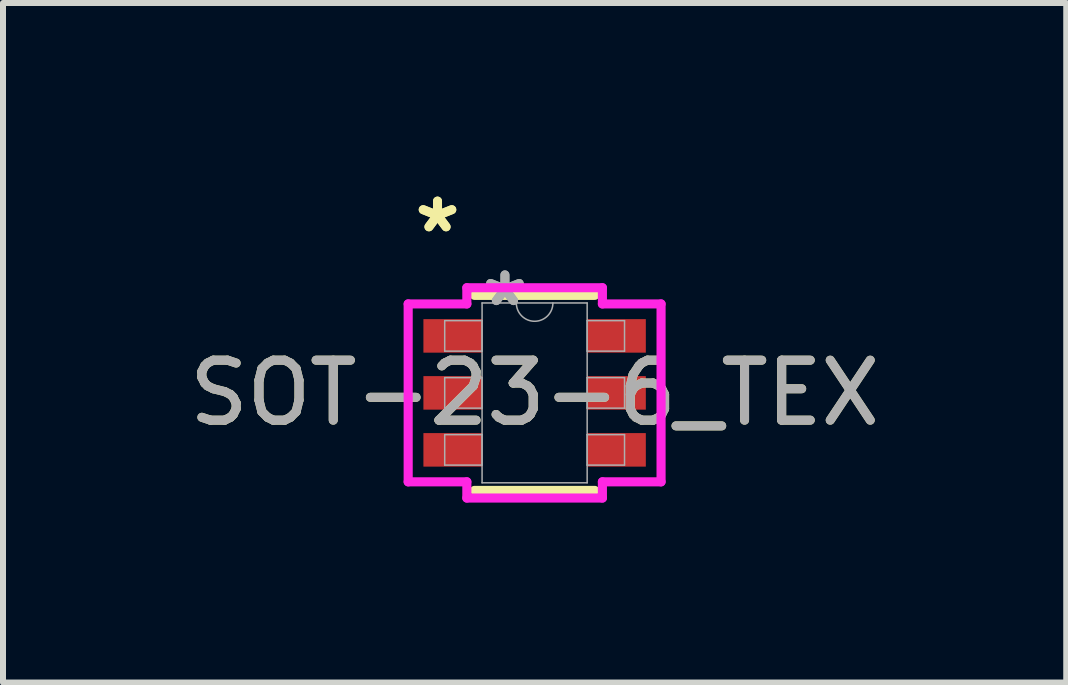
<source format=kicad_pcb>
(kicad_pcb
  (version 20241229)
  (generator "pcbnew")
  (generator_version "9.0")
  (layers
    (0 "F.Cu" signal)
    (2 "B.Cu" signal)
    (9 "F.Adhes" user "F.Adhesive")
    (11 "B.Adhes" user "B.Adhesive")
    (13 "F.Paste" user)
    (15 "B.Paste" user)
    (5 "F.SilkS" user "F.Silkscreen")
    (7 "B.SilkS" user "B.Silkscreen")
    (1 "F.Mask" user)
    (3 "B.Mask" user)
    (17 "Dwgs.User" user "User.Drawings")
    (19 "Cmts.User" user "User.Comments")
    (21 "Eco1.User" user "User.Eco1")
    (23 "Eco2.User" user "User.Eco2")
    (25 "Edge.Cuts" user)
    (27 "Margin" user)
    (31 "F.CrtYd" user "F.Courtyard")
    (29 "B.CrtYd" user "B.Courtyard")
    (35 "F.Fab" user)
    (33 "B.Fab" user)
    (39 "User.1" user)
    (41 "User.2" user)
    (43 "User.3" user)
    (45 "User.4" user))
  (footprint "SOT-23-6_TEX"
    (layer "F.Cu")
    (at 5.863 3.5)
    (property "Reference" "SOT-23-6_TEX" (at 0 0 0) (unlocked yes) (layer "F.SilkS") (effects (font (size 1 1) (thickness 0.15))))
    (attr smd)
    (fp_line (start -1.003 1.626) (end 1.003 1.626) (stroke (width 0.152) (type solid)) (layer "F.SilkS"))
    (fp_line (start 1.003 -1.626) (end -1.003 -1.626) (stroke (width 0.152) (type solid)) (layer "F.SilkS"))
    (fp_line (start -2.108 -1.483) (end -1.13 -1.483) (stroke (width 0.152) (type solid)) (layer "F.CrtYd"))
    (fp_line (start -2.108 1.483) (end -2.108 -1.483) (stroke (width 0.152) (type solid)) (layer "F.CrtYd"))
    (fp_line (start -2.108 1.483) (end -1.13 1.483) (stroke (width 0.152) (type solid)) (layer "F.CrtYd"))
    (fp_line (start -1.13 -1.753) (end 1.13 -1.753) (stroke (width 0.152) (type solid)) (layer "F.CrtYd"))
    (fp_line (start -1.13 -1.483) (end -1.13 -1.753) (stroke (width 0.152) (type solid)) (layer "F.CrtYd"))
    (fp_line (start -1.13 1.753) (end -1.13 1.483) (stroke (width 0.152) (type solid)) (layer "F.CrtYd"))
    (fp_line (start 1.13 -1.753) (end 1.13 -1.483) (stroke (width 0.152) (type solid)) (layer "F.CrtYd"))
    (fp_line (start 1.13 1.483) (end 1.13 1.753) (stroke (width 0.152) (type solid)) (layer "F.CrtYd"))
    (fp_line (start 1.13 1.753) (end -1.13 1.753) (stroke (width 0.152) (type solid)) (layer "F.CrtYd"))
    (fp_line (start 2.108 -1.483) (end 1.13 -1.483) (stroke (width 0.152) (type solid)) (layer "F.CrtYd"))
    (fp_line (start 2.108 -1.483) (end 2.108 1.483) (stroke (width 0.152) (type solid)) (layer "F.CrtYd"))
    (fp_line (start 2.108 1.483) (end 1.13 1.483) (stroke (width 0.152) (type solid)) (layer "F.CrtYd"))
    (fp_line (start -1.499 -1.204) (end -1.499 -0.696) (stroke (width 0.025) (type solid)) (layer "F.Fab"))
    (fp_line (start -1.499 -0.696) (end -0.876 -0.696) (stroke (width 0.025) (type solid)) (layer "F.Fab"))
    (fp_line (start -1.499 -0.254) (end -1.499 0.254) (stroke (width 0.025) (type solid)) (layer "F.Fab"))
    (fp_line (start -1.499 0.254) (end -0.876 0.254) (stroke (width 0.025) (type solid)) (layer "F.Fab"))
    (fp_line (start -1.499 0.696) (end -1.499 1.204) (stroke (width 0.025) (type solid)) (layer "F.Fab"))
    (fp_line (start -1.499 1.204) (end -0.876 1.204) (stroke (width 0.025) (type solid)) (layer "F.Fab"))
    (fp_line (start -0.876 -1.499) (end -0.876 1.499) (stroke (width 0.025) (type solid)) (layer "F.Fab"))
    (fp_line (start -0.876 -1.204) (end -1.499 -1.204) (stroke (width 0.025) (type solid)) (layer "F.Fab"))
    (fp_line (start -0.876 -0.696) (end -0.876 -1.204) (stroke (width 0.025) (type solid)) (layer "F.Fab"))
    (fp_line (start -0.876 -0.254) (end -1.499 -0.254) (stroke (width 0.025) (type solid)) (layer "F.Fab"))
    (fp_line (start -0.876 0.254) (end -0.876 -0.254) (stroke (width 0.025) (type solid)) (layer "F.Fab"))
    (fp_line (start -0.876 0.696) (end -1.499 0.696) (stroke (width 0.025) (type solid)) (layer "F.Fab"))
    (fp_line (start -0.876 1.204) (end -0.876 0.696) (stroke (width 0.025) (type solid)) (layer "F.Fab"))
    (fp_line (start -0.876 1.499) (end 0.876 1.499) (stroke (width 0.025) (type solid)) (layer "F.Fab"))
    (fp_line (start 0.876 -1.499) (end -0.876 -1.499) (stroke (width 0.025) (type solid)) (layer "F.Fab"))
    (fp_line (start 0.876 -1.204) (end 0.876 -0.696) (stroke (width 0.025) (type solid)) (layer "F.Fab"))
    (fp_line (start 0.876 -0.696) (end 1.499 -0.696) (stroke (width 0.025) (type solid)) (layer "F.Fab"))
    (fp_line (start 0.876 -0.254) (end 0.876 0.254) (stroke (width 0.025) (type solid)) (layer "F.Fab"))
    (fp_line (start 0.876 0.254) (end 1.499 0.254) (stroke (width 0.025) (type solid)) (layer "F.Fab"))
    (fp_line (start 0.876 0.696) (end 0.876 1.204) (stroke (width 0.025) (type solid)) (layer "F.Fab"))
    (fp_line (start 0.876 1.204) (end 1.499 1.204) (stroke (width 0.025) (type solid)) (layer "F.Fab"))
    (fp_line (start 0.876 1.499) (end 0.876 -1.499) (stroke (width 0.025) (type solid)) (layer "F.Fab"))
    (fp_line (start 1.499 -1.204) (end 0.876 -1.204) (stroke (width 0.025) (type solid)) (layer "F.Fab"))
    (fp_line (start 1.499 -0.696) (end 1.499 -1.204) (stroke (width 0.025) (type solid)) (layer "F.Fab"))
    (fp_line (start 1.499 -0.254) (end 0.876 -0.254) (stroke (width 0.025) (type solid)) (layer "F.Fab"))
    (fp_line (start 1.499 0.254) (end 1.499 -0.254) (stroke (width 0.025) (type solid)) (layer "F.Fab"))
    (fp_line (start 1.499 0.696) (end 0.876 0.696) (stroke (width 0.025) (type solid)) (layer "F.Fab"))
    (fp_line (start 1.499 1.204) (end 1.499 0.696) (stroke (width 0.025) (type solid)) (layer "F.Fab"))
    (fp_arc (start 0.3048 -1.4986) (mid 0 -1.1938) (end -0.3048 -1.4986) (stroke (width 0.0254) (type solid)) (layer "F.Fab"))
    (fp_text user "*" (at -1.619 -2.652 0) (unlocked yes) (layer "F.SilkS") (effects (font (size 1 1) (thickness 0.15))))
    (fp_text user "*" (at -1.619 -2.652 0) (layer "F.SilkS") (effects (font (size 1 1) (thickness 0.15))))
    (fp_text user "${REFERENCE}" (at 0 0 0) (unlocked yes) (layer "F.Fab") (effects (font (size 1 1) (thickness 0.15))))
    (fp_text user "*" (at -0.495 -1.422 0) (unlocked yes) (layer "F.Fab") (effects (font (size 1 1) (thickness 0.15))))
    (fp_text user "*" (at -0.495 -1.422 0) (layer "F.Fab") (effects (font (size 1 1) (thickness 0.15))))
    (pad "1" smd rect (at -1.365 -0.95) (size 0.978 0.559) (layers "F.Cu" "F.Mask" "F.Paste"))
    (pad "2" smd rect (at -1.365 0) (size 0.978 0.559) (layers "F.Cu" "F.Mask" "F.Paste"))
    (pad "3" smd rect (at -1.365 0.95) (size 0.978 0.559) (layers "F.Cu" "F.Mask" "F.Paste"))
    (pad "4" smd rect (at 1.365 0.95) (size 0.978 0.559) (layers "F.Cu" "F.Mask" "F.Paste"))
    (pad "5" smd rect (at 1.365 0) (size 0.978 0.559) (layers "F.Cu" "F.Mask" "F.Paste"))
    (pad "6" smd rect (at 1.365 -0.95) (size 0.978 0.559) (layers "F.Cu" "F.Mask" "F.Paste")))
  (gr_rect
    (start -3 -3)
    (end 14.726 8.329)
    (stroke (width 0.1) (type default))
    (fill no)
    (layer "Edge.Cuts")))
</source>
